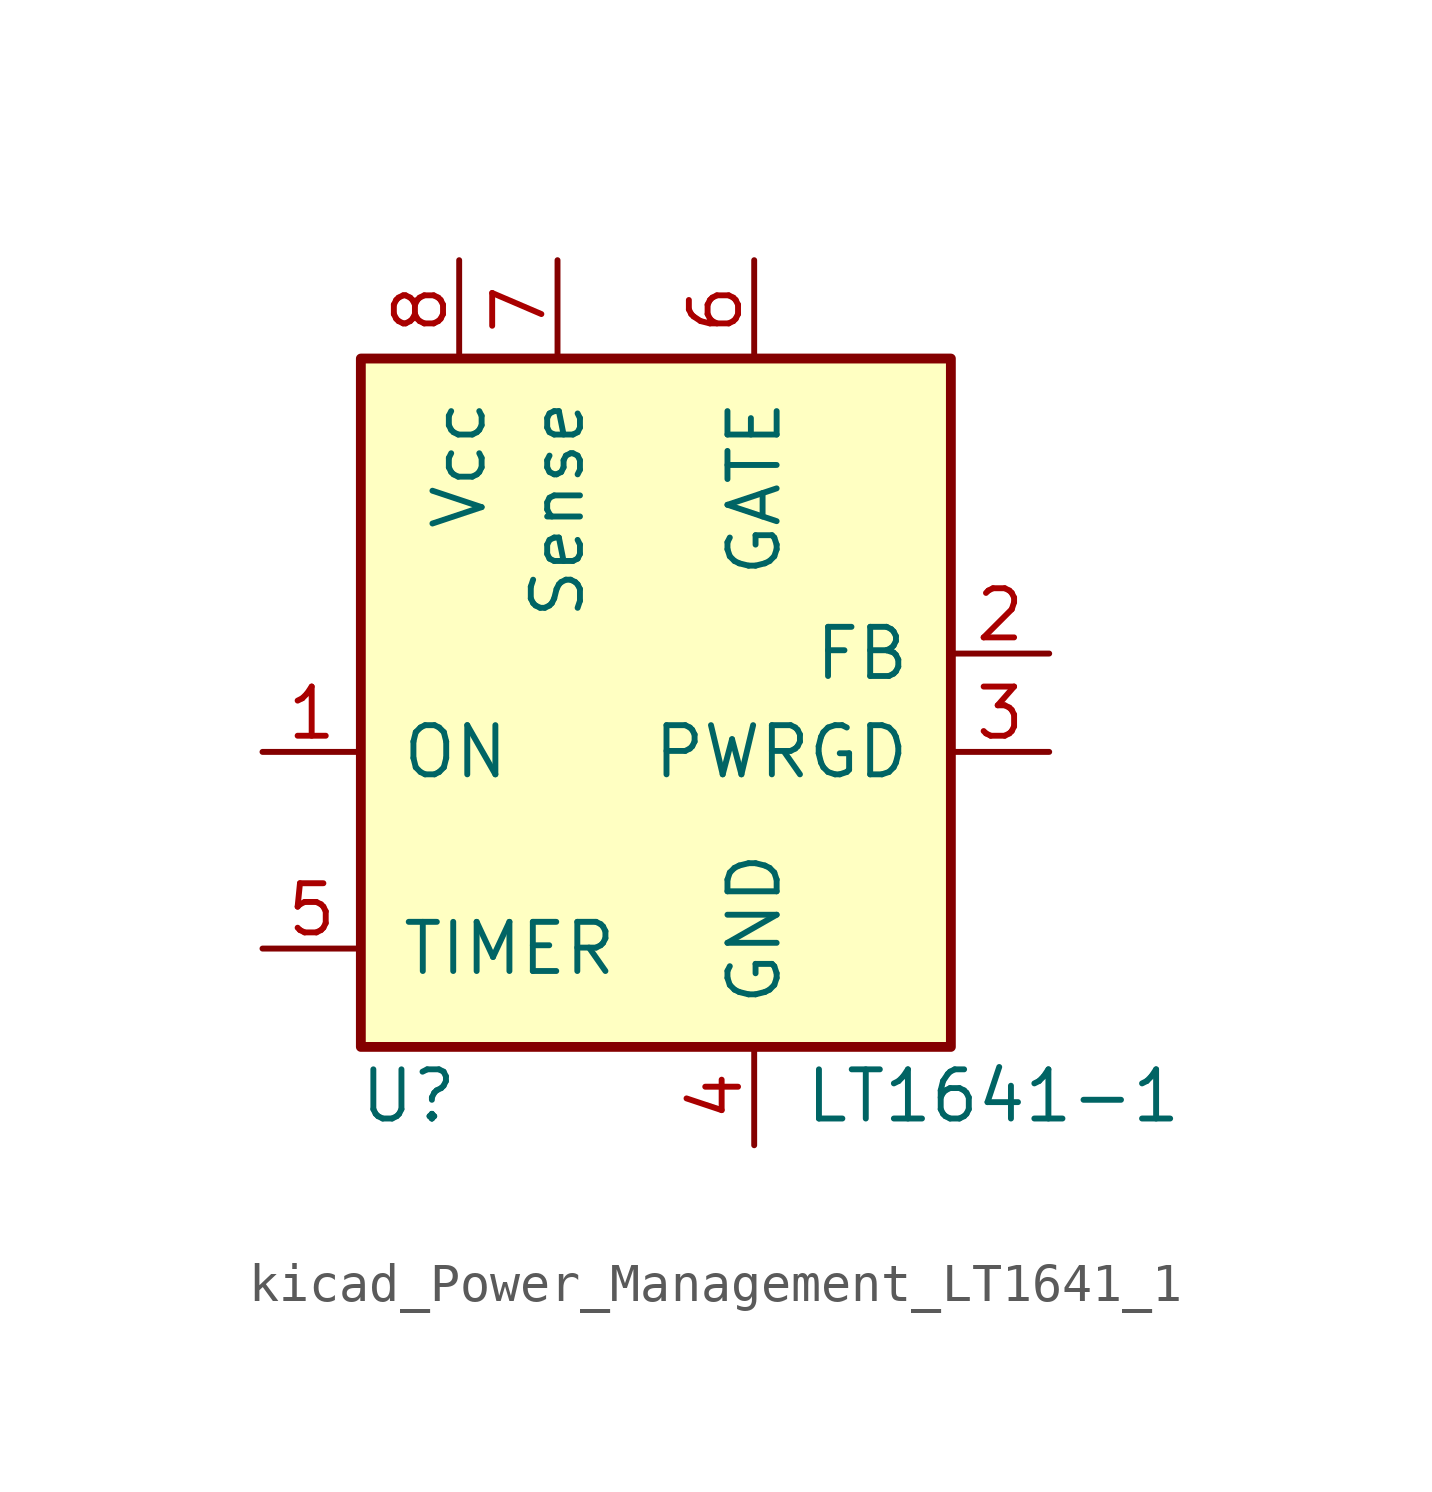
<source format=kicad_sym>
(kicad_symbol_lib
  (version 20220914)
  (generator kicad_symbol_editor)
  (symbol "kicad_Power_Management_LT1641_1"
    (pin_names
      (offset 1.016))
    (property "Reference" "U"
      (at -5.08 -11.43 0)
      (effects (font (size 1.27 1.27)) (justify right)))
    (property "Value" "LT1641-1"
      (at 3.81 -11.43 0)
      (effects (font (size 1.27 1.27)) (justify left)))
    (symbol "kicad_Power_Management_LT1641_1_0_1"
      (rectangle (start 7.62 7.62) (end -7.62 -10.16) (stroke (width 0.254) (type default)) (fill (type background))))
    (symbol "kicad_Power_Management_LT1641_1_1_0"
      (pin power_in line (at 2.54 -12.7 90) (length 2.54) (name "GND" (effects (font (size 1.27 1.27)))) (number "4" (effects (font (size 1.27 1.27))))))
    (symbol "kicad_Power_Management_LT1641_1_1_1"
      (pin input line (at -10.16 -2.54 0) (length 2.54) (name "ON" (effects (font (size 1.27 1.27)))) (number "1" (effects (font (size 1.27 1.27)))))
      (pin input line (at 10.16 0 180) (length 2.54) (name "FB" (effects (font (size 1.27 1.27)))) (number "2" (effects (font (size 1.27 1.27)))))
      (pin open_collector line (at 10.16 -2.54 180) (length 2.54) (name "PWRGD" (effects (font (size 1.27 1.27)))) (number "3" (effects (font (size 1.27 1.27)))))
      (pin input line (at -10.16 -7.62 0) (length 2.54) (name "TIMER" (effects (font (size 1.27 1.27)))) (number "5" (effects (font (size 1.27 1.27)))))
      (pin output line (at 2.54 10.16 270) (length 2.54) (name "GATE" (effects (font (size 1.27 1.27)))) (number "6" (effects (font (size 1.27 1.27)))))
      (pin input line (at -2.54 10.16 270) (length 2.54) (name "Sense" (effects (font (size 1.27 1.27)))) (number "7" (effects (font (size 1.27 1.27)))))
      (pin power_in line (at -5.08 10.16 270) (length 2.54) (name "Vcc" (effects (font (size 1.27 1.27)))) (number "8" (effects (font (size 1.27 1.27))))))))
</source>
